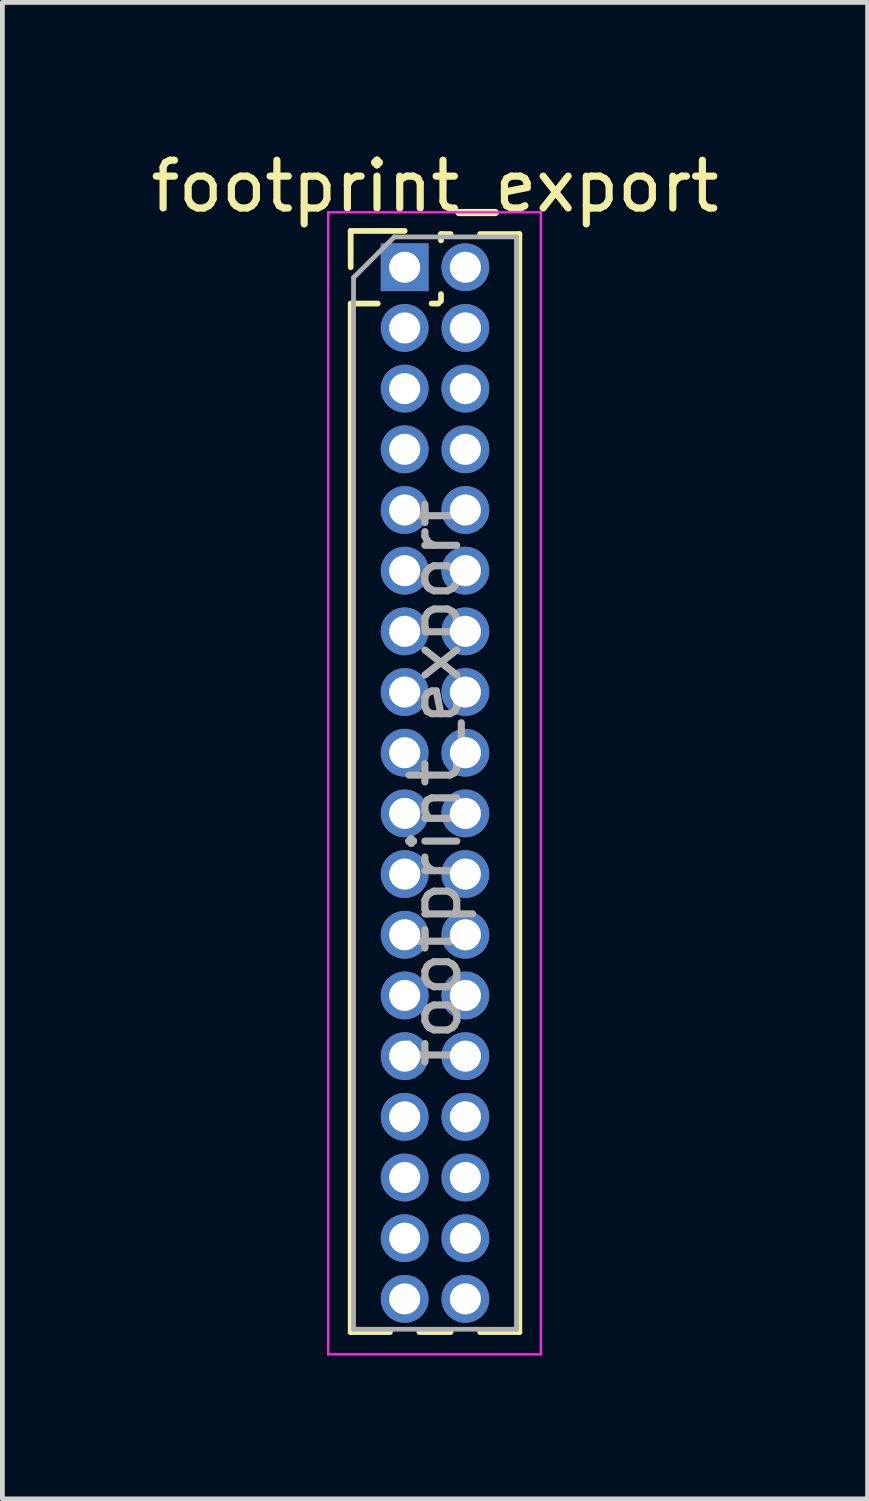
<source format=kicad_pcb>
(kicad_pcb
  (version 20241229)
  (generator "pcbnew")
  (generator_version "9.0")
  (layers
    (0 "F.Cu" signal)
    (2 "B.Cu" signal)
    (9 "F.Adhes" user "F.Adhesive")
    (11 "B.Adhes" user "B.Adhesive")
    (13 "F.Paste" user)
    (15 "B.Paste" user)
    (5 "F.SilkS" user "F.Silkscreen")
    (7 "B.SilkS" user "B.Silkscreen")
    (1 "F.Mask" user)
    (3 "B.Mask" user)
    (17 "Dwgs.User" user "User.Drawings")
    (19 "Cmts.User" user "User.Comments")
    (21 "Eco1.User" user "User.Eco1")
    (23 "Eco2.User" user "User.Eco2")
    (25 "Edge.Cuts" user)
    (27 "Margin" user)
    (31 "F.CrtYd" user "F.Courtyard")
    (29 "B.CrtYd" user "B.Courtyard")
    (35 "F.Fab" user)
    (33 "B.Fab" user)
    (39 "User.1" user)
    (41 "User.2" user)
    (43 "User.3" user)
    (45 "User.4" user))
  (footprint "footprint_export"
    (layer "F.Cu")
    (at 5.419 2.543)
    (property "Reference" "footprint_export" (at 0.635 -1.695 0) (layer "F.SilkS") (effects (font (size 1 1) (thickness 0.15))))
    (attr through_hole)
    (fp_line (start -1.13 -0.76) (end 0 -0.76) (stroke (width 0.12) (type solid)) (layer "F.SilkS"))
    (fp_line (start -1.13 0) (end -1.13 -0.76) (stroke (width 0.12) (type solid)) (layer "F.SilkS"))
    (fp_line (start -1.13 0.76) (end -1.13 22.285) (stroke (width 0.12) (type solid)) (layer "F.SilkS"))
    (fp_line (start -1.13 0.76) (end -0.563 0.76) (stroke (width 0.12) (type solid)) (layer "F.SilkS"))
    (fp_line (start -1.13 22.285) (end -0.308 22.285) (stroke (width 0.12) (type solid)) (layer "F.SilkS"))
    (fp_line (start 0.308 22.285) (end 0.962 22.285) (stroke (width 0.12) (type solid)) (layer "F.SilkS"))
    (fp_line (start 0.563 0.76) (end 0.707 0.76) (stroke (width 0.12) (type solid)) (layer "F.SilkS"))
    (fp_line (start 0.76 -0.695) (end 0.962 -0.695) (stroke (width 0.12) (type solid)) (layer "F.SilkS"))
    (fp_line (start 0.76 -0.563) (end 0.76 -0.695) (stroke (width 0.12) (type solid)) (layer "F.SilkS"))
    (fp_line (start 0.76 0.707) (end 0.76 0.563) (stroke (width 0.12) (type solid)) (layer "F.SilkS"))
    (fp_line (start 1.578 -0.695) (end 2.4 -0.695) (stroke (width 0.12) (type solid)) (layer "F.SilkS"))
    (fp_line (start 1.578 22.285) (end 2.4 22.285) (stroke (width 0.12) (type solid)) (layer "F.SilkS"))
    (fp_line (start 2.4 -0.695) (end 2.4 22.285) (stroke (width 0.12) (type solid)) (layer "F.SilkS"))
    (fp_line (start -1.6 -1.15) (end -1.6 22.75) (stroke (width 0.05) (type solid)) (layer "F.CrtYd"))
    (fp_line (start -1.6 22.75) (end 2.85 22.75) (stroke (width 0.05) (type solid)) (layer "F.CrtYd"))
    (fp_line (start 2.85 -1.15) (end -1.6 -1.15) (stroke (width 0.05) (type solid)) (layer "F.CrtYd"))
    (fp_line (start 2.85 22.75) (end 2.85 -1.15) (stroke (width 0.05) (type solid)) (layer "F.CrtYd"))
    (fp_line (start -1.07 0.217) (end -0.217 -0.635) (stroke (width 0.1) (type solid)) (layer "F.Fab"))
    (fp_line (start -1.07 22.225) (end -1.07 0.217) (stroke (width 0.1) (type solid)) (layer "F.Fab"))
    (fp_line (start -0.217 -0.635) (end 2.34 -0.635) (stroke (width 0.1) (type solid)) (layer "F.Fab"))
    (fp_line (start 2.34 -0.635) (end 2.34 22.225) (stroke (width 0.1) (type solid)) (layer "F.Fab"))
    (fp_line (start 2.34 22.225) (end -1.07 22.225) (stroke (width 0.1) (type solid)) (layer "F.Fab"))
    (fp_text user "${REFERENCE}" (at 0.635 10.795 90) (layer "F.Fab") (effects (font (size 1 1) (thickness 0.15))))
    (pad "1" thru_hole rect (at 0 0) (size 1 1) (drill 0.65) (layers "*.Cu" "*.Mask"))
    (pad "2" thru_hole oval (at 1.27 0) (size 1 1) (drill 0.65) (layers "*.Cu" "*.Mask"))
    (pad "3" thru_hole oval (at 0 1.27) (size 1 1) (drill 0.65) (layers "*.Cu" "*.Mask"))
    (pad "4" thru_hole oval (at 1.27 1.27) (size 1 1) (drill 0.65) (layers "*.Cu" "*.Mask"))
    (pad "5" thru_hole oval (at 0 2.54) (size 1 1) (drill 0.65) (layers "*.Cu" "*.Mask"))
    (pad "6" thru_hole oval (at 1.27 2.54) (size 1 1) (drill 0.65) (layers "*.Cu" "*.Mask"))
    (pad "7" thru_hole oval (at 0 3.81) (size 1 1) (drill 0.65) (layers "*.Cu" "*.Mask"))
    (pad "8" thru_hole oval (at 1.27 3.81) (size 1 1) (drill 0.65) (layers "*.Cu" "*.Mask"))
    (pad "9" thru_hole oval (at 0 5.08) (size 1 1) (drill 0.65) (layers "*.Cu" "*.Mask"))
    (pad "10" thru_hole oval (at 1.27 5.08) (size 1 1) (drill 0.65) (layers "*.Cu" "*.Mask"))
    (pad "11" thru_hole oval (at 0 6.35) (size 1 1) (drill 0.65) (layers "*.Cu" "*.Mask"))
    (pad "12" thru_hole oval (at 1.27 6.35) (size 1 1) (drill 0.65) (layers "*.Cu" "*.Mask"))
    (pad "13" thru_hole oval (at 0 7.62) (size 1 1) (drill 0.65) (layers "*.Cu" "*.Mask"))
    (pad "14" thru_hole oval (at 1.27 7.62) (size 1 1) (drill 0.65) (layers "*.Cu" "*.Mask"))
    (pad "15" thru_hole oval (at 0 8.89) (size 1 1) (drill 0.65) (layers "*.Cu" "*.Mask"))
    (pad "16" thru_hole oval (at 1.27 8.89) (size 1 1) (drill 0.65) (layers "*.Cu" "*.Mask"))
    (pad "17" thru_hole oval (at 0 10.16) (size 1 1) (drill 0.65) (layers "*.Cu" "*.Mask"))
    (pad "18" thru_hole oval (at 1.27 10.16) (size 1 1) (drill 0.65) (layers "*.Cu" "*.Mask"))
    (pad "19" thru_hole oval (at 0 11.43) (size 1 1) (drill 0.65) (layers "*.Cu" "*.Mask"))
    (pad "20" thru_hole oval (at 1.27 11.43) (size 1 1) (drill 0.65) (layers "*.Cu" "*.Mask"))
    (pad "21" thru_hole oval (at 0 12.7) (size 1 1) (drill 0.65) (layers "*.Cu" "*.Mask"))
    (pad "22" thru_hole oval (at 1.27 12.7) (size 1 1) (drill 0.65) (layers "*.Cu" "*.Mask"))
    (pad "23" thru_hole oval (at 0 13.97) (size 1 1) (drill 0.65) (layers "*.Cu" "*.Mask"))
    (pad "24" thru_hole oval (at 1.27 13.97) (size 1 1) (drill 0.65) (layers "*.Cu" "*.Mask"))
    (pad "25" thru_hole oval (at 0 15.24) (size 1 1) (drill 0.65) (layers "*.Cu" "*.Mask"))
    (pad "26" thru_hole oval (at 1.27 15.24) (size 1 1) (drill 0.65) (layers "*.Cu" "*.Mask"))
    (pad "27" thru_hole oval (at 0 16.51) (size 1 1) (drill 0.65) (layers "*.Cu" "*.Mask"))
    (pad "28" thru_hole oval (at 1.27 16.51) (size 1 1) (drill 0.65) (layers "*.Cu" "*.Mask"))
    (pad "29" thru_hole oval (at 0 17.78) (size 1 1) (drill 0.65) (layers "*.Cu" "*.Mask"))
    (pad "30" thru_hole oval (at 1.27 17.78) (size 1 1) (drill 0.65) (layers "*.Cu" "*.Mask"))
    (pad "31" thru_hole oval (at 0 19.05) (size 1 1) (drill 0.65) (layers "*.Cu" "*.Mask"))
    (pad "32" thru_hole oval (at 1.27 19.05) (size 1 1) (drill 0.65) (layers "*.Cu" "*.Mask"))
    (pad "33" thru_hole oval (at 0 20.32) (size 1 1) (drill 0.65) (layers "*.Cu" "*.Mask"))
    (pad "34" thru_hole oval (at 1.27 20.32) (size 1 1) (drill 0.65) (layers "*.Cu" "*.Mask"))
    (pad "35" thru_hole oval (at 0 21.59) (size 1 1) (drill 0.65) (layers "*.Cu" "*.Mask"))
    (pad "36" thru_hole oval (at 1.27 21.59) (size 1 1) (drill 0.65) (layers "*.Cu" "*.Mask")))
  (gr_rect
    (start -3 -3)
    (end 15.107 28.318)
    (stroke (width 0.1) (type default))
    (fill no)
    (layer "Edge.Cuts")))
</source>
